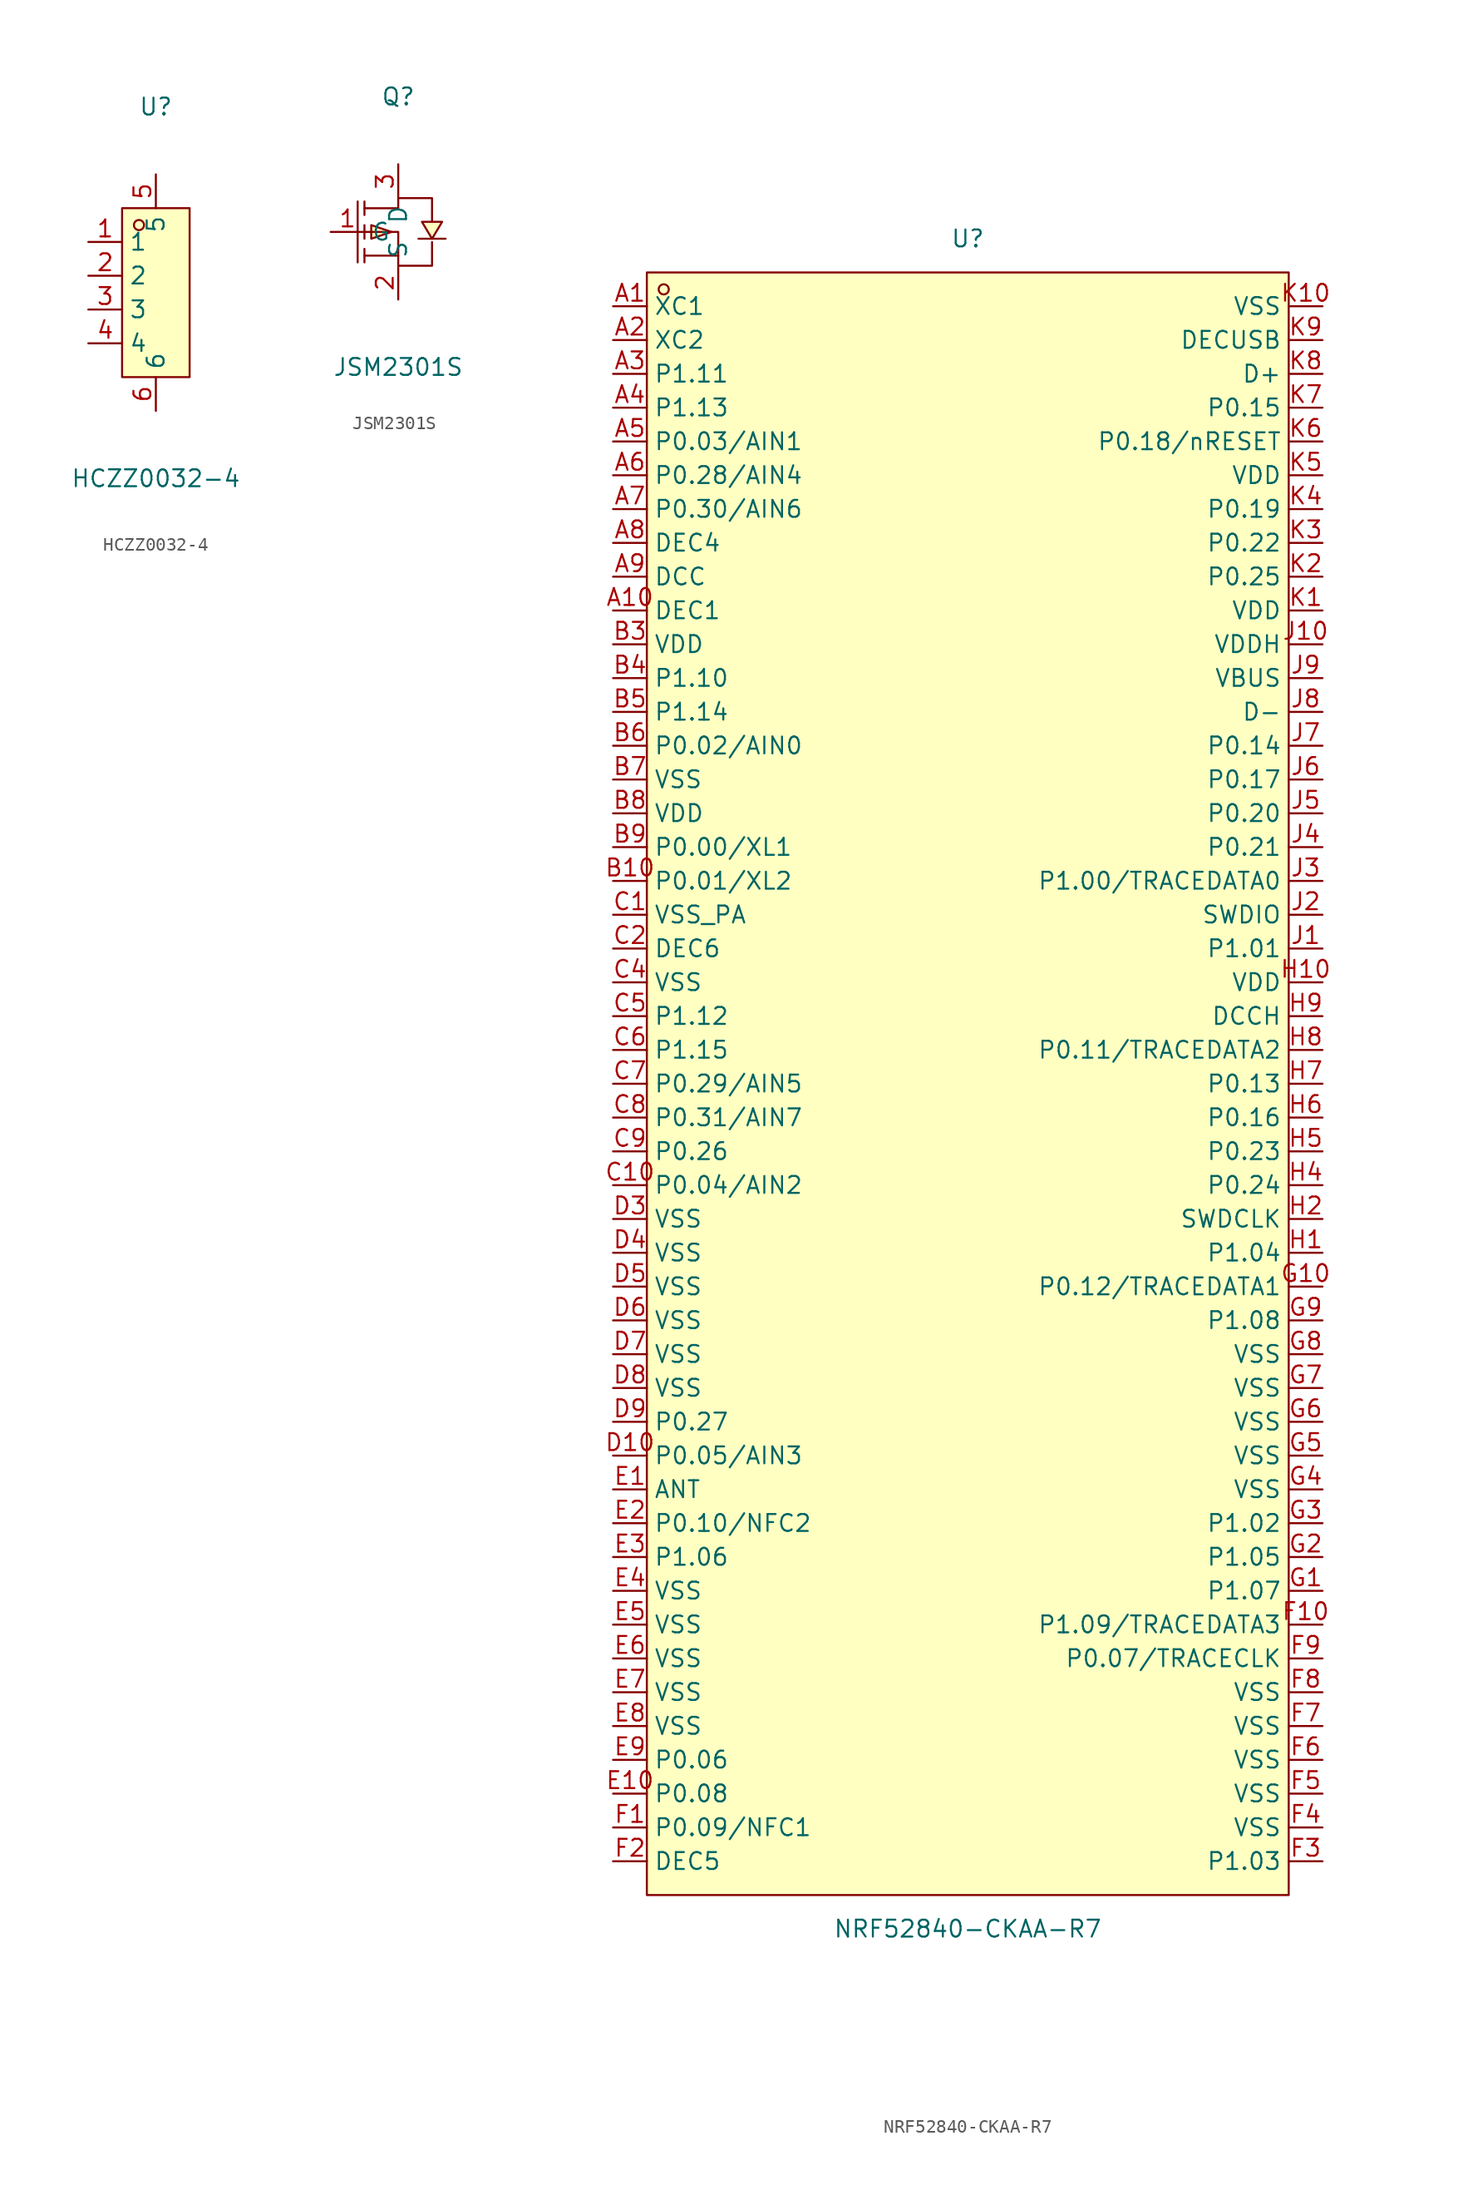
<source format=kicad_sym>
(kicad_symbol_lib
  (version 20241209)
  (generator "kicad_symbol_editor")
  (generator_version "9.0")
  (symbol "HCZZ0032-4"
    (property "Reference" "U"
      (at 0 13.97 0)
      (effects (font (size 1.27 1.27))))
    (property "Value" "HCZZ0032-4"
      (at 0 -13.97 0)
      (effects (font (size 1.27 1.27))))
    (symbol "HCZZ0032-4_0_1"
      (rectangle (start -2.54 6.35) (end 2.54 -6.35) (stroke (width 0) (type default)) (fill (type background)))
      (circle (center -1.27 5.08) (radius 0.38) (stroke (width 0) (type default)) (fill (type none)))
      (pin unspecified line (at -5.08 3.81 0) (length 2.54) (name "1" (effects (font (size 1.27 1.27)))) (number "1" (effects (font (size 1.27 1.27)))))
      (pin unspecified line (at -5.08 1.27 0) (length 2.54) (name "2" (effects (font (size 1.27 1.27)))) (number "2" (effects (font (size 1.27 1.27)))))
      (pin unspecified line (at -5.08 -1.27 0) (length 2.54) (name "3" (effects (font (size 1.27 1.27)))) (number "3" (effects (font (size 1.27 1.27)))))
      (pin unspecified line (at -5.08 -3.81 0) (length 2.54) (name "4" (effects (font (size 1.27 1.27)))) (number "4" (effects (font (size 1.27 1.27)))))
      (pin unspecified line (at 0 8.89 270) (length 2.54) (name "5" (effects (font (size 1.27 1.27)))) (number "5" (effects (font (size 1.27 1.27)))))
      (pin unspecified line (at 0 -8.89 90) (length 2.54) (name "6" (effects (font (size 1.27 1.27)))) (number "6" (effects (font (size 1.27 1.27)))))))
  (symbol "JSM2301S"
    (property "Reference" "Q"
      (at 0 10.16 0)
      (effects (font (size 1.27 1.27))))
    (property "Value" "JSM2301S"
      (at 0 -10.16 0)
      (effects (font (size 1.27 1.27))))
    (symbol "JSM2301S_0_1"
      (polyline (pts (xy -3.05 2.29) (xy -3.05 -2.29)) (stroke (width 0) (type default)) (fill (type none)))
      (polyline (pts (xy -2.54 2.29) (xy -2.54 1.27)) (stroke (width 0) (type default)) (fill (type none)))
      (polyline (pts (xy -2.54 1.78) (xy 0 1.78) (xy 0 2.54) (xy 2.54 2.54) (xy 2.54 0.76)) (stroke (width 0) (type default)) (fill (type none)))
      (polyline (pts (xy -2.54 0) (xy 0 0) (xy 0 -2.54) (xy 2.54 -2.54) (xy 2.54 -0.76)) (stroke (width 0) (type default)) (fill (type none)))
      (polyline (pts (xy -2.54 -0.51) (xy -2.54 0.51)) (stroke (width 0) (type default)) (fill (type none)))
      (polyline (pts (xy -2.54 -2.29) (xy -2.54 -1.27)) (stroke (width 0) (type default)) (fill (type none)))
      (polyline (pts (xy -0.51 0) (xy -2.03 0.51) (xy -2.03 -0.51) (xy -0.51 0)) (stroke (width 0) (type default)) (fill (type background)))
      (polyline (pts (xy 0 -1.78) (xy -2.54 -1.78)) (stroke (width 0) (type default)) (fill (type none)))
      (polyline (pts (xy 1.52 -0.51) (xy 2.03 -0.51) (xy 3.05 -0.51) (xy 3.56 -0.51)) (stroke (width 0) (type default)) (fill (type none)))
      (polyline (pts (xy 2.54 -0.51) (xy 3.3 0.76) (xy 1.78 0.76) (xy 2.54 -0.51)) (stroke (width 0) (type default)) (fill (type background))))
    (symbol "JSM2301S_1_1"
      (pin input line (at -5.08 0 0) (length 2.54) (name "G" (effects (font (size 1.27 1.27)))) (number "1" (effects (font (size 1.27 1.27)))))
      (pin power_in line (at 0 5.08 270) (length 2.54) (name "D" (effects (font (size 1.27 1.27)))) (number "3" (effects (font (size 1.27 1.27)))))
      (pin power_out line (at 0 -5.08 90) (length 2.54) (name "S" (effects (font (size 1.27 1.27)))) (number "2" (effects (font (size 1.27 1.27)))))))
  (symbol "NRF52840-CKAA-R7"
    (property "Reference" "U"
      (at 0 63.5 0)
      (effects (font (size 1.27 1.27))))
    (property "Value" "NRF52840-CKAA-R7"
      (at 0 -63.5 0)
      (effects (font (size 1.27 1.27))))
    (symbol "NRF52840-CKAA-R7_0_1"
      (rectangle (start -24.13 60.96) (end 24.13 -60.96) (stroke (width 0) (type default)) (fill (type background)))
      (circle (center -22.86 59.69) (radius 0.38) (stroke (width 0) (type default)) (fill (type none)))
      (pin unspecified line (at -26.67 58.42 0) (length 2.54) (name "XC1" (effects (font (size 1.27 1.27)))) (number "A1" (effects (font (size 1.27 1.27)))))
      (pin unspecified line (at -26.67 55.88 0) (length 2.54) (name "XC2" (effects (font (size 1.27 1.27)))) (number "A2" (effects (font (size 1.27 1.27)))))
      (pin unspecified line (at -26.67 53.34 0) (length 2.54) (name "P1.11" (effects (font (size 1.27 1.27)))) (number "A3" (effects (font (size 1.27 1.27)))))
      (pin unspecified line (at -26.67 50.8 0) (length 2.54) (name "P1.13" (effects (font (size 1.27 1.27)))) (number "A4" (effects (font (size 1.27 1.27)))))
      (pin unspecified line (at -26.67 48.26 0) (length 2.54) (name "P0.03/AIN1" (effects (font (size 1.27 1.27)))) (number "A5" (effects (font (size 1.27 1.27)))))
      (pin unspecified line (at -26.67 45.72 0) (length 2.54) (name "P0.28/AIN4" (effects (font (size 1.27 1.27)))) (number "A6" (effects (font (size 1.27 1.27)))))
      (pin unspecified line (at -26.67 43.18 0) (length 2.54) (name "P0.30/AIN6" (effects (font (size 1.27 1.27)))) (number "A7" (effects (font (size 1.27 1.27)))))
      (pin unspecified line (at -26.67 40.64 0) (length 2.54) (name "DEC4" (effects (font (size 1.27 1.27)))) (number "A8" (effects (font (size 1.27 1.27)))))
      (pin unspecified line (at -26.67 38.1 0) (length 2.54) (name "DCC" (effects (font (size 1.27 1.27)))) (number "A9" (effects (font (size 1.27 1.27)))))
      (pin unspecified line (at -26.67 35.56 0) (length 2.54) (name "DEC1" (effects (font (size 1.27 1.27)))) (number "A10" (effects (font (size 1.27 1.27)))))
      (pin unspecified line (at -26.67 33.02 0) (length 2.54) (name "VDD" (effects (font (size 1.27 1.27)))) (number "B3" (effects (font (size 1.27 1.27)))))
      (pin unspecified line (at -26.67 30.48 0) (length 2.54) (name "P1.10" (effects (font (size 1.27 1.27)))) (number "B4" (effects (font (size 1.27 1.27)))))
      (pin unspecified line (at -26.67 27.94 0) (length 2.54) (name "P1.14" (effects (font (size 1.27 1.27)))) (number "B5" (effects (font (size 1.27 1.27)))))
      (pin unspecified line (at -26.67 25.4 0) (length 2.54) (name "P0.02/AIN0" (effects (font (size 1.27 1.27)))) (number "B6" (effects (font (size 1.27 1.27)))))
      (pin unspecified line (at -26.67 22.86 0) (length 2.54) (name "VSS" (effects (font (size 1.27 1.27)))) (number "B7" (effects (font (size 1.27 1.27)))))
      (pin unspecified line (at -26.67 20.32 0) (length 2.54) (name "VDD" (effects (font (size 1.27 1.27)))) (number "B8" (effects (font (size 1.27 1.27)))))
      (pin unspecified line (at -26.67 17.78 0) (length 2.54) (name "P0.00/XL1" (effects (font (size 1.27 1.27)))) (number "B9" (effects (font (size 1.27 1.27)))))
      (pin unspecified line (at -26.67 15.24 0) (length 2.54) (name "P0.01/XL2" (effects (font (size 1.27 1.27)))) (number "B10" (effects (font (size 1.27 1.27)))))
      (pin unspecified line (at -26.67 12.7 0) (length 2.54) (name "VSS_PA" (effects (font (size 1.27 1.27)))) (number "C1" (effects (font (size 1.27 1.27)))))
      (pin unspecified line (at -26.67 10.16 0) (length 2.54) (name "DEC6" (effects (font (size 1.27 1.27)))) (number "C2" (effects (font (size 1.27 1.27)))))
      (pin unspecified line (at -26.67 7.62 0) (length 2.54) (name "VSS" (effects (font (size 1.27 1.27)))) (number "C4" (effects (font (size 1.27 1.27)))))
      (pin unspecified line (at -26.67 5.08 0) (length 2.54) (name "P1.12" (effects (font (size 1.27 1.27)))) (number "C5" (effects (font (size 1.27 1.27)))))
      (pin unspecified line (at -26.67 2.54 0) (length 2.54) (name "P1.15" (effects (font (size 1.27 1.27)))) (number "C6" (effects (font (size 1.27 1.27)))))
      (pin unspecified line (at -26.67 0 0) (length 2.54) (name "P0.29/AIN5" (effects (font (size 1.27 1.27)))) (number "C7" (effects (font (size 1.27 1.27)))))
      (pin unspecified line (at -26.67 -2.54 0) (length 2.54) (name "P0.31/AIN7" (effects (font (size 1.27 1.27)))) (number "C8" (effects (font (size 1.27 1.27)))))
      (pin unspecified line (at -26.67 -5.08 0) (length 2.54) (name "P0.26" (effects (font (size 1.27 1.27)))) (number "C9" (effects (font (size 1.27 1.27)))))
      (pin unspecified line (at -26.67 -7.62 0) (length 2.54) (name "P0.04/AIN2" (effects (font (size 1.27 1.27)))) (number "C10" (effects (font (size 1.27 1.27)))))
      (pin unspecified line (at -26.67 -10.16 0) (length 2.54) (name "VSS" (effects (font (size 1.27 1.27)))) (number "D3" (effects (font (size 1.27 1.27)))))
      (pin unspecified line (at -26.67 -12.7 0) (length 2.54) (name "VSS" (effects (font (size 1.27 1.27)))) (number "D4" (effects (font (size 1.27 1.27)))))
      (pin unspecified line (at -26.67 -15.24 0) (length 2.54) (name "VSS" (effects (font (size 1.27 1.27)))) (number "D5" (effects (font (size 1.27 1.27)))))
      (pin unspecified line (at -26.67 -17.78 0) (length 2.54) (name "VSS" (effects (font (size 1.27 1.27)))) (number "D6" (effects (font (size 1.27 1.27)))))
      (pin unspecified line (at -26.67 -20.32 0) (length 2.54) (name "VSS" (effects (font (size 1.27 1.27)))) (number "D7" (effects (font (size 1.27 1.27)))))
      (pin unspecified line (at -26.67 -22.86 0) (length 2.54) (name "VSS" (effects (font (size 1.27 1.27)))) (number "D8" (effects (font (size 1.27 1.27)))))
      (pin unspecified line (at -26.67 -25.4 0) (length 2.54) (name "P0.27" (effects (font (size 1.27 1.27)))) (number "D9" (effects (font (size 1.27 1.27)))))
      (pin unspecified line (at -26.67 -27.94 0) (length 2.54) (name "P0.05/AIN3" (effects (font (size 1.27 1.27)))) (number "D10" (effects (font (size 1.27 1.27)))))
      (pin unspecified line (at -26.67 -30.48 0) (length 2.54) (name "ANT" (effects (font (size 1.27 1.27)))) (number "E1" (effects (font (size 1.27 1.27)))))
      (pin unspecified line (at -26.67 -33.02 0) (length 2.54) (name "P0.10/NFC2" (effects (font (size 1.27 1.27)))) (number "E2" (effects (font (size 1.27 1.27)))))
      (pin unspecified line (at -26.67 -35.56 0) (length 2.54) (name "P1.06" (effects (font (size 1.27 1.27)))) (number "E3" (effects (font (size 1.27 1.27)))))
      (pin unspecified line (at -26.67 -38.1 0) (length 2.54) (name "VSS" (effects (font (size 1.27 1.27)))) (number "E4" (effects (font (size 1.27 1.27)))))
      (pin unspecified line (at -26.67 -40.64 0) (length 2.54) (name "VSS" (effects (font (size 1.27 1.27)))) (number "E5" (effects (font (size 1.27 1.27)))))
      (pin unspecified line (at -26.67 -43.18 0) (length 2.54) (name "VSS" (effects (font (size 1.27 1.27)))) (number "E6" (effects (font (size 1.27 1.27)))))
      (pin unspecified line (at -26.67 -45.72 0) (length 2.54) (name "VSS" (effects (font (size 1.27 1.27)))) (number "E7" (effects (font (size 1.27 1.27)))))
      (pin unspecified line (at -26.67 -48.26 0) (length 2.54) (name "VSS" (effects (font (size 1.27 1.27)))) (number "E8" (effects (font (size 1.27 1.27)))))
      (pin unspecified line (at -26.67 -50.8 0) (length 2.54) (name "P0.06" (effects (font (size 1.27 1.27)))) (number "E9" (effects (font (size 1.27 1.27)))))
      (pin unspecified line (at -26.67 -53.34 0) (length 2.54) (name "P0.08" (effects (font (size 1.27 1.27)))) (number "E10" (effects (font (size 1.27 1.27)))))
      (pin unspecified line (at -26.67 -55.88 0) (length 2.54) (name "P0.09/NFC1" (effects (font (size 1.27 1.27)))) (number "F1" (effects (font (size 1.27 1.27)))))
      (pin unspecified line (at -26.67 -58.42 0) (length 2.54) (name "DEC5" (effects (font (size 1.27 1.27)))) (number "F2" (effects (font (size 1.27 1.27)))))
      (pin unspecified line (at 26.67 58.42 180) (length 2.54) (name "VSS" (effects (font (size 1.27 1.27)))) (number "K10" (effects (font (size 1.27 1.27)))))
      (pin unspecified line (at 26.67 55.88 180) (length 2.54) (name "DECUSB" (effects (font (size 1.27 1.27)))) (number "K9" (effects (font (size 1.27 1.27)))))
      (pin unspecified line (at 26.67 53.34 180) (length 2.54) (name "D+" (effects (font (size 1.27 1.27)))) (number "K8" (effects (font (size 1.27 1.27)))))
      (pin unspecified line (at 26.67 50.8 180) (length 2.54) (name "P0.15" (effects (font (size 1.27 1.27)))) (number "K7" (effects (font (size 1.27 1.27)))))
      (pin unspecified line (at 26.67 48.26 180) (length 2.54) (name "P0.18/nRESET" (effects (font (size 1.27 1.27)))) (number "K6" (effects (font (size 1.27 1.27)))))
      (pin unspecified line (at 26.67 45.72 180) (length 2.54) (name "VDD" (effects (font (size 1.27 1.27)))) (number "K5" (effects (font (size 1.27 1.27)))))
      (pin unspecified line (at 26.67 43.18 180) (length 2.54) (name "P0.19" (effects (font (size 1.27 1.27)))) (number "K4" (effects (font (size 1.27 1.27)))))
      (pin unspecified line (at 26.67 40.64 180) (length 2.54) (name "P0.22" (effects (font (size 1.27 1.27)))) (number "K3" (effects (font (size 1.27 1.27)))))
      (pin unspecified line (at 26.67 38.1 180) (length 2.54) (name "P0.25" (effects (font (size 1.27 1.27)))) (number "K2" (effects (font (size 1.27 1.27)))))
      (pin unspecified line (at 26.67 35.56 180) (length 2.54) (name "VDD" (effects (font (size 1.27 1.27)))) (number "K1" (effects (font (size 1.27 1.27)))))
      (pin unspecified line (at 26.67 33.02 180) (length 2.54) (name "VDDH" (effects (font (size 1.27 1.27)))) (number "J10" (effects (font (size 1.27 1.27)))))
      (pin unspecified line (at 26.67 30.48 180) (length 2.54) (name "VBUS" (effects (font (size 1.27 1.27)))) (number "J9" (effects (font (size 1.27 1.27)))))
      (pin unspecified line (at 26.67 27.94 180) (length 2.54) (name "D-" (effects (font (size 1.27 1.27)))) (number "J8" (effects (font (size 1.27 1.27)))))
      (pin unspecified line (at 26.67 25.4 180) (length 2.54) (name "P0.14" (effects (font (size 1.27 1.27)))) (number "J7" (effects (font (size 1.27 1.27)))))
      (pin unspecified line (at 26.67 22.86 180) (length 2.54) (name "P0.17" (effects (font (size 1.27 1.27)))) (number "J6" (effects (font (size 1.27 1.27)))))
      (pin unspecified line (at 26.67 20.32 180) (length 2.54) (name "P0.20" (effects (font (size 1.27 1.27)))) (number "J5" (effects (font (size 1.27 1.27)))))
      (pin unspecified line (at 26.67 17.78 180) (length 2.54) (name "P0.21" (effects (font (size 1.27 1.27)))) (number "J4" (effects (font (size 1.27 1.27)))))
      (pin unspecified line (at 26.67 15.24 180) (length 2.54) (name "P1.00/TRACEDATA0" (effects (font (size 1.27 1.27)))) (number "J3" (effects (font (size 1.27 1.27)))))
      (pin unspecified line (at 26.67 12.7 180) (length 2.54) (name "SWDIO" (effects (font (size 1.27 1.27)))) (number "J2" (effects (font (size 1.27 1.27)))))
      (pin unspecified line (at 26.67 10.16 180) (length 2.54) (name "P1.01" (effects (font (size 1.27 1.27)))) (number "J1" (effects (font (size 1.27 1.27)))))
      (pin unspecified line (at 26.67 7.62 180) (length 2.54) (name "VDD" (effects (font (size 1.27 1.27)))) (number "H10" (effects (font (size 1.27 1.27)))))
      (pin unspecified line (at 26.67 5.08 180) (length 2.54) (name "DCCH" (effects (font (size 1.27 1.27)))) (number "H9" (effects (font (size 1.27 1.27)))))
      (pin unspecified line (at 26.67 2.54 180) (length 2.54) (name "P0.11/TRACEDATA2" (effects (font (size 1.27 1.27)))) (number "H8" (effects (font (size 1.27 1.27)))))
      (pin unspecified line (at 26.67 0 180) (length 2.54) (name "P0.13" (effects (font (size 1.27 1.27)))) (number "H7" (effects (font (size 1.27 1.27)))))
      (pin unspecified line (at 26.67 -2.54 180) (length 2.54) (name "P0.16" (effects (font (size 1.27 1.27)))) (number "H6" (effects (font (size 1.27 1.27)))))
      (pin unspecified line (at 26.67 -5.08 180) (length 2.54) (name "P0.23" (effects (font (size 1.27 1.27)))) (number "H5" (effects (font (size 1.27 1.27)))))
      (pin unspecified line (at 26.67 -7.62 180) (length 2.54) (name "P0.24" (effects (font (size 1.27 1.27)))) (number "H4" (effects (font (size 1.27 1.27)))))
      (pin unspecified line (at 26.67 -10.16 180) (length 2.54) (name "SWDCLK" (effects (font (size 1.27 1.27)))) (number "H2" (effects (font (size 1.27 1.27)))))
      (pin unspecified line (at 26.67 -12.7 180) (length 2.54) (name "P1.04" (effects (font (size 1.27 1.27)))) (number "H1" (effects (font (size 1.27 1.27)))))
      (pin unspecified line (at 26.67 -15.24 180) (length 2.54) (name "P0.12/TRACEDATA1" (effects (font (size 1.27 1.27)))) (number "G10" (effects (font (size 1.27 1.27)))))
      (pin unspecified line (at 26.67 -17.78 180) (length 2.54) (name "P1.08" (effects (font (size 1.27 1.27)))) (number "G9" (effects (font (size 1.27 1.27)))))
      (pin unspecified line (at 26.67 -20.32 180) (length 2.54) (name "VSS" (effects (font (size 1.27 1.27)))) (number "G8" (effects (font (size 1.27 1.27)))))
      (pin unspecified line (at 26.67 -22.86 180) (length 2.54) (name "VSS" (effects (font (size 1.27 1.27)))) (number "G7" (effects (font (size 1.27 1.27)))))
      (pin unspecified line (at 26.67 -25.4 180) (length 2.54) (name "VSS" (effects (font (size 1.27 1.27)))) (number "G6" (effects (font (size 1.27 1.27)))))
      (pin unspecified line (at 26.67 -27.94 180) (length 2.54) (name "VSS" (effects (font (size 1.27 1.27)))) (number "G5" (effects (font (size 1.27 1.27)))))
      (pin unspecified line (at 26.67 -30.48 180) (length 2.54) (name "VSS" (effects (font (size 1.27 1.27)))) (number "G4" (effects (font (size 1.27 1.27)))))
      (pin unspecified line (at 26.67 -33.02 180) (length 2.54) (name "P1.02" (effects (font (size 1.27 1.27)))) (number "G3" (effects (font (size 1.27 1.27)))))
      (pin unspecified line (at 26.67 -35.56 180) (length 2.54) (name "P1.05" (effects (font (size 1.27 1.27)))) (number "G2" (effects (font (size 1.27 1.27)))))
      (pin unspecified line (at 26.67 -38.1 180) (length 2.54) (name "P1.07" (effects (font (size 1.27 1.27)))) (number "G1" (effects (font (size 1.27 1.27)))))
      (pin unspecified line (at 26.67 -40.64 180) (length 2.54) (name "P1.09/TRACEDATA3" (effects (font (size 1.27 1.27)))) (number "F10" (effects (font (size 1.27 1.27)))))
      (pin unspecified line (at 26.67 -43.18 180) (length 2.54) (name "P0.07/TRACECLK" (effects (font (size 1.27 1.27)))) (number "F9" (effects (font (size 1.27 1.27)))))
      (pin unspecified line (at 26.67 -45.72 180) (length 2.54) (name "VSS" (effects (font (size 1.27 1.27)))) (number "F8" (effects (font (size 1.27 1.27)))))
      (pin unspecified line (at 26.67 -48.26 180) (length 2.54) (name "VSS" (effects (font (size 1.27 1.27)))) (number "F7" (effects (font (size 1.27 1.27)))))
      (pin unspecified line (at 26.67 -50.8 180) (length 2.54) (name "VSS" (effects (font (size 1.27 1.27)))) (number "F6" (effects (font (size 1.27 1.27)))))
      (pin unspecified line (at 26.67 -53.34 180) (length 2.54) (name "VSS" (effects (font (size 1.27 1.27)))) (number "F5" (effects (font (size 1.27 1.27)))))
      (pin unspecified line (at 26.67 -55.88 180) (length 2.54) (name "VSS" (effects (font (size 1.27 1.27)))) (number "F4" (effects (font (size 1.27 1.27)))))
      (pin unspecified line (at 26.67 -58.42 180) (length 2.54) (name "P1.03" (effects (font (size 1.27 1.27)))) (number "F3" (effects (font (size 1.27 1.27))))))))
</source>
